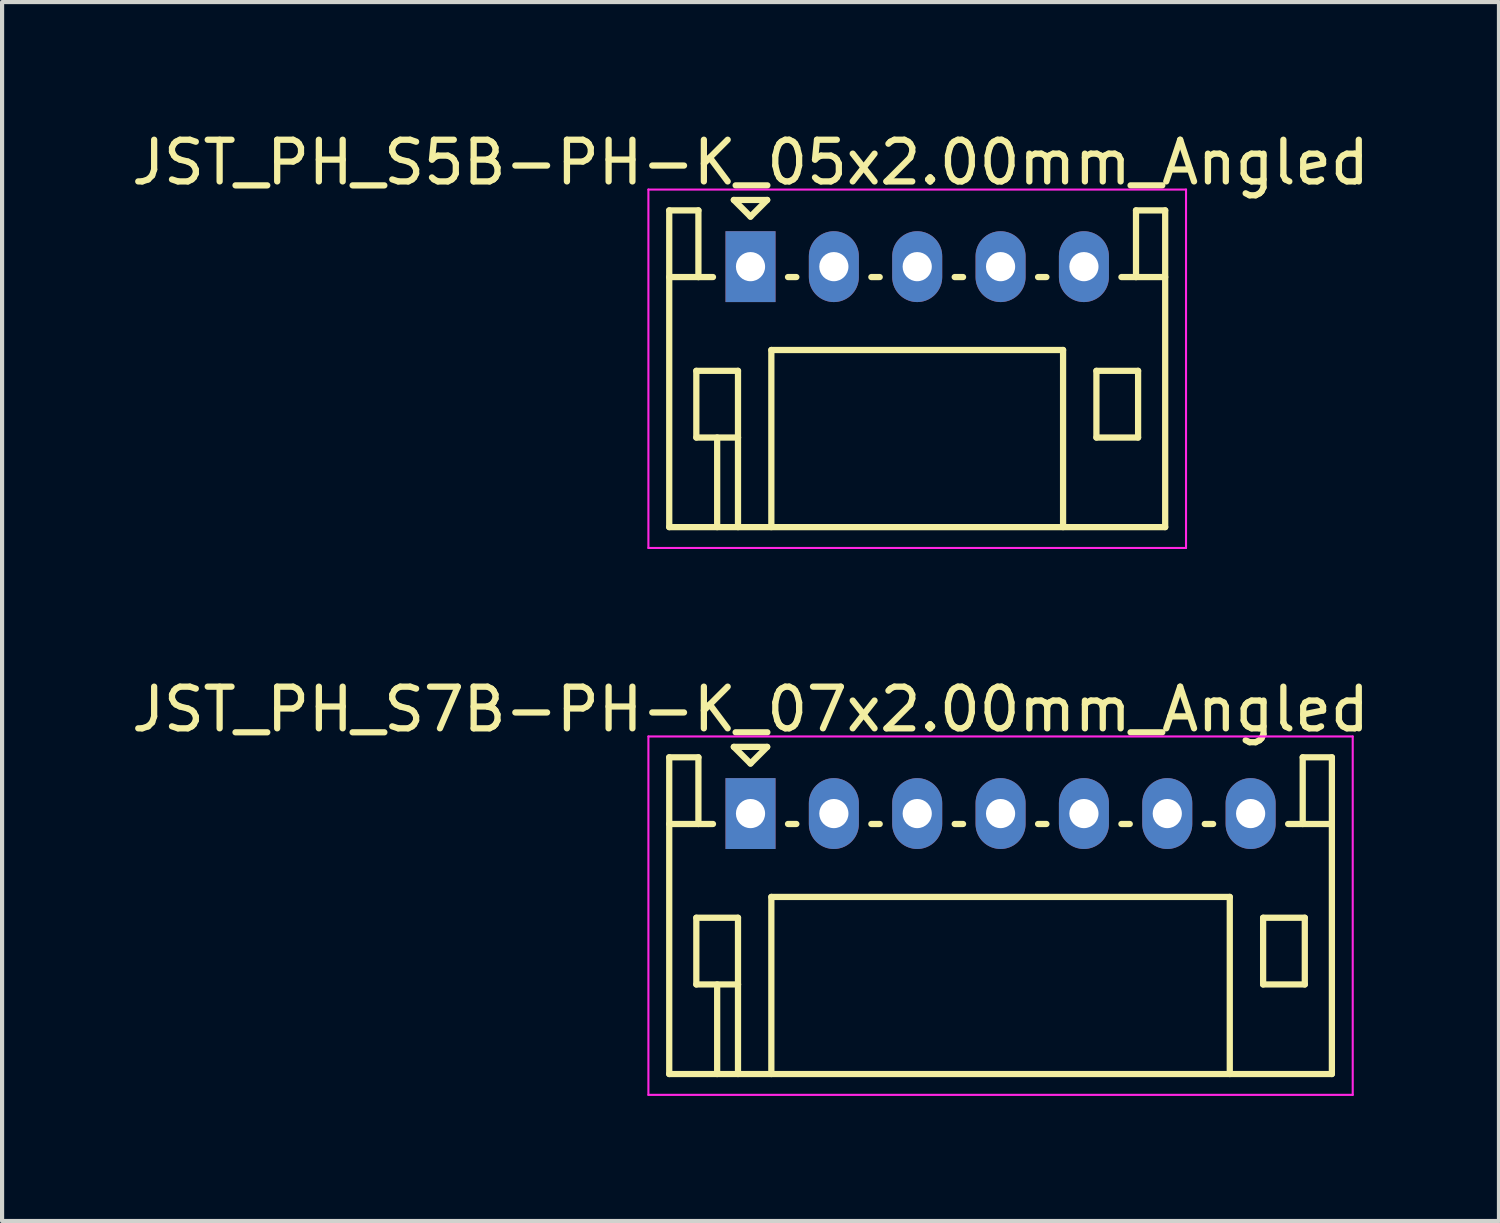
<source format=kicad_pcb>
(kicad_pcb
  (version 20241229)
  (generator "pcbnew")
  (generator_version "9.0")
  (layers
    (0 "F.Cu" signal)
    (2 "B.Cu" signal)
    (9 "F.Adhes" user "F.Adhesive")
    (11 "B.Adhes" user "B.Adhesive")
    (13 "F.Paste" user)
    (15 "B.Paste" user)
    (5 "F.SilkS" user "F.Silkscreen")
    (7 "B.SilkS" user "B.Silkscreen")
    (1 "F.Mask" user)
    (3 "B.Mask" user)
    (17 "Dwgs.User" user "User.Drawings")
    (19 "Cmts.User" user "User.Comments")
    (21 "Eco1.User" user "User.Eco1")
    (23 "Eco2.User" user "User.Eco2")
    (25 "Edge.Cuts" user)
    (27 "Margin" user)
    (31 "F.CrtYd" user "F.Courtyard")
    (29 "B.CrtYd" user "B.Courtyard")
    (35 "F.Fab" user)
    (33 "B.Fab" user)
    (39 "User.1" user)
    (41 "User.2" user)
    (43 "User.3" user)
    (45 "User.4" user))
  (footprint "JST_PH_S7B-PH-K_07x2.00mm_Angled"
    (layer "F.Cu")
    (at 14.958 16.471)
    (property "Reference" "JST_PH_S7B-PH-K_07x2.00mm_Angled" (at 0 -2.5 0) (layer "F.SilkS") (effects (font (size 1 1) (thickness 0.15))))
    (attr through_hole)
    (fp_line (start -1.95 -1.35) (end -1.95 6.25) (stroke (width 0.15) (type solid)) (layer "F.SilkS"))
    (fp_line (start -1.95 0.25) (end -1.25 0.25) (stroke (width 0.15) (type solid)) (layer "F.SilkS"))
    (fp_line (start -1.95 6.25) (end 13.95 6.25) (stroke (width 0.15) (type solid)) (layer "F.SilkS"))
    (fp_line (start -1.3 2.5) (end -1.3 4.1) (stroke (width 0.15) (type solid)) (layer "F.SilkS"))
    (fp_line (start -1.3 4.1) (end -0.3 4.1) (stroke (width 0.15) (type solid)) (layer "F.SilkS"))
    (fp_line (start -1.25 -1.35) (end -1.95 -1.35) (stroke (width 0.15) (type solid)) (layer "F.SilkS"))
    (fp_line (start -1.25 0.25) (end -1.25 -1.35) (stroke (width 0.15) (type solid)) (layer "F.SilkS"))
    (fp_line (start -0.9 0.25) (end -1.25 0.25) (stroke (width 0.15) (type solid)) (layer "F.SilkS"))
    (fp_line (start -0.8 4.1) (end -0.8 6.25) (stroke (width 0.15) (type solid)) (layer "F.SilkS"))
    (fp_line (start -0.4 -1.6) (end 0.4 -1.6) (stroke (width 0.15) (type solid)) (layer "F.SilkS"))
    (fp_line (start -0.3 2.5) (end -1.3 2.5) (stroke (width 0.15) (type solid)) (layer "F.SilkS"))
    (fp_line (start -0.3 4.1) (end -0.3 2.5) (stroke (width 0.15) (type solid)) (layer "F.SilkS"))
    (fp_line (start -0.3 4.1) (end -0.3 6.25) (stroke (width 0.15) (type solid)) (layer "F.SilkS"))
    (fp_line (start 0 -1.2) (end -0.4 -1.6) (stroke (width 0.15) (type solid)) (layer "F.SilkS"))
    (fp_line (start 0.4 -1.6) (end 0 -1.2) (stroke (width 0.15) (type solid)) (layer "F.SilkS"))
    (fp_line (start 0.5 2) (end 11.5 2) (stroke (width 0.15) (type solid)) (layer "F.SilkS"))
    (fp_line (start 0.5 6.25) (end 0.5 2) (stroke (width 0.15) (type solid)) (layer "F.SilkS"))
    (fp_line (start 0.9 0.25) (end 1.1 0.25) (stroke (width 0.15) (type solid)) (layer "F.SilkS"))
    (fp_line (start 2.9 0.25) (end 3.1 0.25) (stroke (width 0.15) (type solid)) (layer "F.SilkS"))
    (fp_line (start 4.9 0.25) (end 5.1 0.25) (stroke (width 0.15) (type solid)) (layer "F.SilkS"))
    (fp_line (start 6.9 0.25) (end 7.1 0.25) (stroke (width 0.15) (type solid)) (layer "F.SilkS"))
    (fp_line (start 8.9 0.25) (end 9.1 0.25) (stroke (width 0.15) (type solid)) (layer "F.SilkS"))
    (fp_line (start 10.9 0.25) (end 11.1 0.25) (stroke (width 0.15) (type solid)) (layer "F.SilkS"))
    (fp_line (start 11.5 2) (end 11.5 6.25) (stroke (width 0.15) (type solid)) (layer "F.SilkS"))
    (fp_line (start 12.3 2.5) (end 13.3 2.5) (stroke (width 0.15) (type solid)) (layer "F.SilkS"))
    (fp_line (start 12.3 4.1) (end 12.3 2.5) (stroke (width 0.15) (type solid)) (layer "F.SilkS"))
    (fp_line (start 13.25 -1.35) (end 13.25 0.25) (stroke (width 0.15) (type solid)) (layer "F.SilkS"))
    (fp_line (start 13.25 0.25) (end 12.9 0.25) (stroke (width 0.15) (type solid)) (layer "F.SilkS"))
    (fp_line (start 13.3 2.5) (end 13.3 4.1) (stroke (width 0.15) (type solid)) (layer "F.SilkS"))
    (fp_line (start 13.3 4.1) (end 12.3 4.1) (stroke (width 0.15) (type solid)) (layer "F.SilkS"))
    (fp_line (start 13.95 -1.35) (end 13.25 -1.35) (stroke (width 0.15) (type solid)) (layer "F.SilkS"))
    (fp_line (start 13.95 0.25) (end 13.25 0.25) (stroke (width 0.15) (type solid)) (layer "F.SilkS"))
    (fp_line (start 13.95 6.25) (end 13.95 -1.35) (stroke (width 0.15) (type solid)) (layer "F.SilkS"))
    (fp_line (start -2.45 -1.85) (end 14.45 -1.85) (stroke (width 0.05) (type solid)) (layer "F.CrtYd"))
    (fp_line (start -2.45 6.75) (end -2.45 -1.85) (stroke (width 0.05) (type solid)) (layer "F.CrtYd"))
    (fp_line (start 14.45 -1.85) (end 14.45 6.75) (stroke (width 0.05) (type solid)) (layer "F.CrtYd"))
    (fp_line (start 14.45 6.75) (end -2.45 6.75) (stroke (width 0.05) (type solid)) (layer "F.CrtYd"))
    (pad "1" thru_hole rect (at 0 0) (size 1.2 1.7) (drill 0.7) (layers "*.Cu" "*.Mask"))
    (pad "2" thru_hole oval (at 2 0) (size 1.2 1.7) (drill 0.7) (layers "*.Cu" "*.Mask"))
    (pad "3" thru_hole oval (at 4 0) (size 1.2 1.7) (drill 0.7) (layers "*.Cu" "*.Mask"))
    (pad "4" thru_hole oval (at 6 0) (size 1.2 1.7) (drill 0.7) (layers "*.Cu" "*.Mask"))
    (pad "5" thru_hole oval (at 8 0) (size 1.2 1.7) (drill 0.7) (layers "*.Cu" "*.Mask"))
    (pad "6" thru_hole oval (at 10 0) (size 1.2 1.7) (drill 0.7) (layers "*.Cu" "*.Mask"))
    (pad "7" thru_hole oval (at 12 0) (size 1.2 1.7) (drill 0.7) (layers "*.Cu" "*.Mask")))
  (footprint "JST_PH_S5B-PH-K_05x2.00mm_Angled"
    (layer "F.Cu")
    (at 14.958 3.348)
    (property "Reference" "JST_PH_S5B-PH-K_05x2.00mm_Angled" (at 0 -2.5 0) (layer "F.SilkS") (effects (font (size 1 1) (thickness 0.15))))
    (attr through_hole)
    (fp_line (start -1.95 -1.35) (end -1.95 6.25) (stroke (width 0.15) (type solid)) (layer "F.SilkS"))
    (fp_line (start -1.95 0.25) (end -1.25 0.25) (stroke (width 0.15) (type solid)) (layer "F.SilkS"))
    (fp_line (start -1.95 6.25) (end 9.95 6.25) (stroke (width 0.15) (type solid)) (layer "F.SilkS"))
    (fp_line (start -1.3 2.5) (end -1.3 4.1) (stroke (width 0.15) (type solid)) (layer "F.SilkS"))
    (fp_line (start -1.3 4.1) (end -0.3 4.1) (stroke (width 0.15) (type solid)) (layer "F.SilkS"))
    (fp_line (start -1.25 -1.35) (end -1.95 -1.35) (stroke (width 0.15) (type solid)) (layer "F.SilkS"))
    (fp_line (start -1.25 0.25) (end -1.25 -1.35) (stroke (width 0.15) (type solid)) (layer "F.SilkS"))
    (fp_line (start -0.9 0.25) (end -1.25 0.25) (stroke (width 0.15) (type solid)) (layer "F.SilkS"))
    (fp_line (start -0.8 4.1) (end -0.8 6.25) (stroke (width 0.15) (type solid)) (layer "F.SilkS"))
    (fp_line (start -0.4 -1.6) (end 0.4 -1.6) (stroke (width 0.15) (type solid)) (layer "F.SilkS"))
    (fp_line (start -0.3 2.5) (end -1.3 2.5) (stroke (width 0.15) (type solid)) (layer "F.SilkS"))
    (fp_line (start -0.3 4.1) (end -0.3 2.5) (stroke (width 0.15) (type solid)) (layer "F.SilkS"))
    (fp_line (start -0.3 4.1) (end -0.3 6.25) (stroke (width 0.15) (type solid)) (layer "F.SilkS"))
    (fp_line (start 0 -1.2) (end -0.4 -1.6) (stroke (width 0.15) (type solid)) (layer "F.SilkS"))
    (fp_line (start 0.4 -1.6) (end 0 -1.2) (stroke (width 0.15) (type solid)) (layer "F.SilkS"))
    (fp_line (start 0.5 2) (end 7.5 2) (stroke (width 0.15) (type solid)) (layer "F.SilkS"))
    (fp_line (start 0.5 6.25) (end 0.5 2) (stroke (width 0.15) (type solid)) (layer "F.SilkS"))
    (fp_line (start 0.9 0.25) (end 1.1 0.25) (stroke (width 0.15) (type solid)) (layer "F.SilkS"))
    (fp_line (start 2.9 0.25) (end 3.1 0.25) (stroke (width 0.15) (type solid)) (layer "F.SilkS"))
    (fp_line (start 4.9 0.25) (end 5.1 0.25) (stroke (width 0.15) (type solid)) (layer "F.SilkS"))
    (fp_line (start 6.9 0.25) (end 7.1 0.25) (stroke (width 0.15) (type solid)) (layer "F.SilkS"))
    (fp_line (start 7.5 2) (end 7.5 6.25) (stroke (width 0.15) (type solid)) (layer "F.SilkS"))
    (fp_line (start 8.3 2.5) (end 9.3 2.5) (stroke (width 0.15) (type solid)) (layer "F.SilkS"))
    (fp_line (start 8.3 4.1) (end 8.3 2.5) (stroke (width 0.15) (type solid)) (layer "F.SilkS"))
    (fp_line (start 9.25 -1.35) (end 9.25 0.25) (stroke (width 0.15) (type solid)) (layer "F.SilkS"))
    (fp_line (start 9.25 0.25) (end 8.9 0.25) (stroke (width 0.15) (type solid)) (layer "F.SilkS"))
    (fp_line (start 9.3 2.5) (end 9.3 4.1) (stroke (width 0.15) (type solid)) (layer "F.SilkS"))
    (fp_line (start 9.3 4.1) (end 8.3 4.1) (stroke (width 0.15) (type solid)) (layer "F.SilkS"))
    (fp_line (start 9.95 -1.35) (end 9.25 -1.35) (stroke (width 0.15) (type solid)) (layer "F.SilkS"))
    (fp_line (start 9.95 0.25) (end 9.25 0.25) (stroke (width 0.15) (type solid)) (layer "F.SilkS"))
    (fp_line (start 9.95 6.25) (end 9.95 -1.35) (stroke (width 0.15) (type solid)) (layer "F.SilkS"))
    (fp_line (start -2.45 -1.85) (end 10.45 -1.85) (stroke (width 0.05) (type solid)) (layer "F.CrtYd"))
    (fp_line (start -2.45 6.75) (end -2.45 -1.85) (stroke (width 0.05) (type solid)) (layer "F.CrtYd"))
    (fp_line (start 10.45 -1.85) (end 10.45 6.75) (stroke (width 0.05) (type solid)) (layer "F.CrtYd"))
    (fp_line (start 10.45 6.75) (end -2.45 6.75) (stroke (width 0.05) (type solid)) (layer "F.CrtYd"))
    (pad "1" thru_hole rect (at 0 0) (size 1.2 1.7) (drill 0.7) (layers "*.Cu" "*.Mask"))
    (pad "2" thru_hole oval (at 2 0) (size 1.2 1.7) (drill 0.7) (layers "*.Cu" "*.Mask"))
    (pad "3" thru_hole oval (at 4 0) (size 1.2 1.7) (drill 0.7) (layers "*.Cu" "*.Mask"))
    (pad "4" thru_hole oval (at 6 0) (size 1.2 1.7) (drill 0.7) (layers "*.Cu" "*.Mask"))
    (pad "5" thru_hole oval (at 8 0) (size 1.2 1.7) (drill 0.7) (layers "*.Cu" "*.Mask")))
  (gr_rect
    (start -3 -3)
    (end 32.917 26.247)
    (stroke (width 0.1) (type default))
    (fill no)
    (layer "Edge.Cuts")))
</source>
